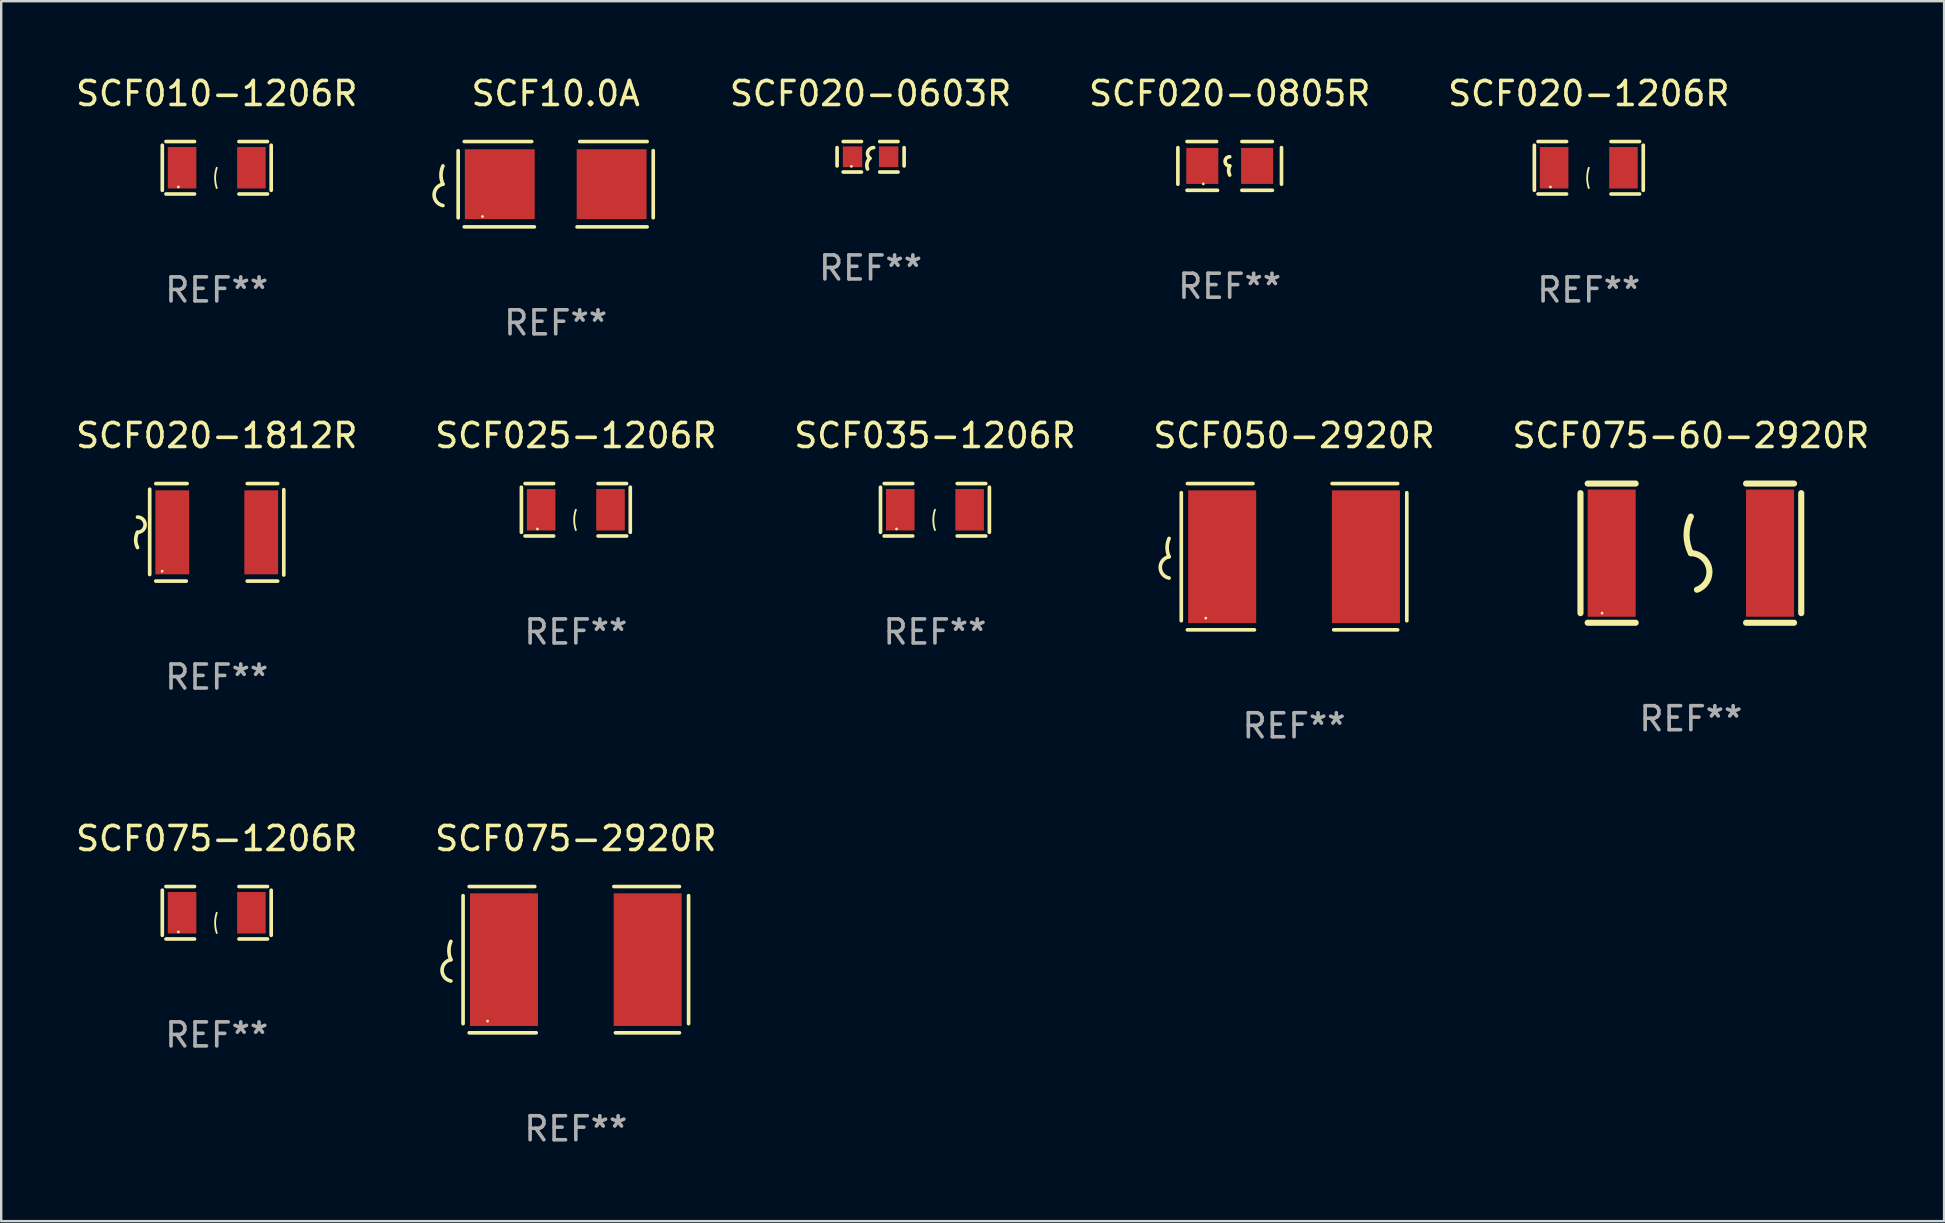
<source format=kicad_pcb>
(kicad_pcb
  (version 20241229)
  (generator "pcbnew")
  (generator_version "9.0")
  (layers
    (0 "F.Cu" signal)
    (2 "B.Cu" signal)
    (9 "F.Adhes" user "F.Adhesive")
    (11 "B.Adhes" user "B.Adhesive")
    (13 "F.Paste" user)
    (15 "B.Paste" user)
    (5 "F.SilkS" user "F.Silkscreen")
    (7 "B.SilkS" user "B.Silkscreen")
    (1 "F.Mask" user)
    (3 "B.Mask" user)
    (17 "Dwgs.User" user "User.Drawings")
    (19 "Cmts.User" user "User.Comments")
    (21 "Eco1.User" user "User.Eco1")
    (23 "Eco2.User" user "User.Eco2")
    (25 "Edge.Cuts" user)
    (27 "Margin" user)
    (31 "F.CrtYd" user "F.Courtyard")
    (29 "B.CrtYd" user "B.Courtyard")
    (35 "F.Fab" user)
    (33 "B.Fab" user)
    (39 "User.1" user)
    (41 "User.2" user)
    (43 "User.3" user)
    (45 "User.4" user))
  (footprint "SCF010-1206R"
    (layer "F.Cu")
    (at 5.982 3.941)
    (property "Reference" "SCF010-1206R" (at 0 -3.093 0) (layer "F.SilkS") (effects (font (size 1 1) (thickness 0.15))))
    (attr through_hole)
    (fp_line (start -2.269 -0.94) (end -2.269 0.94) (stroke (width 0.152) (type solid)) (layer "F.SilkS"))
    (fp_line (start -2.116 1.093) (end -0.926 1.093) (stroke (width 0.152) (type solid)) (layer "F.SilkS"))
    (fp_line (start -0.926 -1.093) (end -2.116 -1.093) (stroke (width 0.152) (type solid)) (layer "F.SilkS"))
    (fp_line (start 0.926 -1.093) (end 2.116 -1.093) (stroke (width 0.152) (type solid)) (layer "F.SilkS"))
    (fp_line (start 2.116 1.093) (end 0.926 1.093) (stroke (width 0.152) (type solid)) (layer "F.SilkS"))
    (fp_line (start 2.269 -0.94) (end 2.269 0.94) (stroke (width 0.152) (type solid)) (layer "F.SilkS"))
    (fp_arc (start 0 0.844951) (mid -0.068559 0.422475) (end 0 0) (stroke (width 0.0762) (type solid)) (layer "F.SilkS"))
    (fp_circle (center -1.6 0.8) (end -1.57 0.8) (stroke (width 0.06) (type solid)) (fill no) (layer "F.SilkS"))
    (fp_text user "REF**" (at 0 5.093 0) (layer "F.Fab") (effects (font (size 1 1) (thickness 0.15))))
    (pad "1" smd rect (at -1.445 0) (size 1.19 1.728) (layers "F.Cu" "F.Mask" "F.Paste"))
    (pad "2" smd rect (at 1.445 0) (size 1.19 1.728) (layers "F.Cu" "F.Mask" "F.Paste")))
  (footprint "SCF10.0A"
    (layer "F.Cu")
    (at 20.107 4.626)
    (property "Reference" "SCF10.0A" (at 0 -3.778 0) (layer "F.SilkS") (effects (font (size 1 1) (thickness 0.15))))
    (attr through_hole)
    (fp_line (start -4.064 -1.393) (end -4.064 1.401) (stroke (width 0.152) (type solid)) (layer "F.SilkS"))
    (fp_line (start -3.81 -1.778) (end -1.002 -1.778) (stroke (width 0.152) (type solid)) (layer "F.SilkS"))
    (fp_line (start -0.889 1.778) (end -3.81 1.778) (stroke (width 0.152) (type solid)) (layer "F.SilkS"))
    (fp_line (start 0.889 1.778) (end 3.81 1.778) (stroke (width 0.152) (type solid)) (layer "F.SilkS"))
    (fp_line (start 3.81 -1.778) (end 1.002 -1.778) (stroke (width 0.152) (type solid)) (layer "F.SilkS"))
    (fp_line (start 4.064 -1.397) (end 4.064 1.397) (stroke (width 0.152) (type solid)) (layer "F.SilkS"))
    (fp_arc (start -4.699009 0) (mid -4.780645 -0.381001) (end -4.699009 -0.762002) (stroke (width 0.151994) (type solid)) (layer "F.SilkS"))
    (fp_arc (start -4.699009 0.889002) (mid -5.066697 0.444501) (end -4.699009 0) (stroke (width 0.151994) (type solid)) (layer "F.SilkS"))
    (fp_circle (center -3.05 1.347) (end -3.02 1.347) (stroke (width 0.06) (type solid)) (fill no) (layer "F.SilkS"))
    (fp_text user "REF**" (at 0 5.778 0) (layer "F.Fab") (effects (font (size 1 1) (thickness 0.15))))
    (pad "1" smd rect (at -2.33 0) (size 2.91 2.911) (layers "F.Cu" "F.Mask" "F.Paste"))
    (pad "2" smd rect (at 2.33 0) (size 2.91 2.911) (layers "F.Cu" "F.Mask" "F.Paste")))
  (footprint "SCF035-1206R"
    (layer "F.Cu")
    (at 35.911 18.193)
    (property "Reference" "SCF035-1206R" (at 0 -3.093 0) (layer "F.SilkS") (effects (font (size 1 1) (thickness 0.15))))
    (attr through_hole)
    (fp_line (start -2.269 -0.94) (end -2.269 0.94) (stroke (width 0.152) (type solid)) (layer "F.SilkS"))
    (fp_line (start -2.116 1.093) (end -0.926 1.093) (stroke (width 0.152) (type solid)) (layer "F.SilkS"))
    (fp_line (start -0.926 -1.093) (end -2.116 -1.093) (stroke (width 0.152) (type solid)) (layer "F.SilkS"))
    (fp_line (start 0.926 -1.093) (end 2.116 -1.093) (stroke (width 0.152) (type solid)) (layer "F.SilkS"))
    (fp_line (start 2.116 1.093) (end 0.926 1.093) (stroke (width 0.152) (type solid)) (layer "F.SilkS"))
    (fp_line (start 2.269 -0.94) (end 2.269 0.94) (stroke (width 0.152) (type solid)) (layer "F.SilkS"))
    (fp_arc (start 0 0.844951) (mid -0.068559 0.422475) (end 0 0) (stroke (width 0.0762) (type solid)) (layer "F.SilkS"))
    (fp_circle (center -1.6 0.8) (end -1.57 0.8) (stroke (width 0.06) (type solid)) (fill no) (layer "F.SilkS"))
    (fp_text user "REF**" (at 0 5.093 0) (layer "F.Fab") (effects (font (size 1 1) (thickness 0.15))))
    (pad "1" smd rect (at -1.445 0) (size 1.19 1.728) (layers "F.Cu" "F.Mask" "F.Paste"))
    (pad "2" smd rect (at 1.445 0) (size 1.19 1.728) (layers "F.Cu" "F.Mask" "F.Paste")))
  (footprint "SCF075-60-2920R"
    (layer "F.Cu")
    (at 67.411 20.001)
    (property "Reference" "SCF075-60-2920R" (at 0 -4.9 0) (layer "F.SilkS") (effects (font (size 1 1) (thickness 0.15))))
    (attr through_hole)
    (fp_line (start -4.6 -2.5) (end -4.6 2.5) (stroke (width 0.254) (type solid)) (layer "F.SilkS"))
    (fp_line (start -4.3 -2.9) (end -2.3 -2.9) (stroke (width 0.254) (type solid)) (layer "F.SilkS"))
    (fp_line (start -4.3 2.9) (end -2.3 2.9) (stroke (width 0.254) (type solid)) (layer "F.SilkS"))
    (fp_line (start 2.3 -2.9) (end 4.3 -2.9) (stroke (width 0.254) (type solid)) (layer "F.SilkS"))
    (fp_line (start 2.3 2.9) (end 4.3 2.9) (stroke (width 0.254) (type solid)) (layer "F.SilkS"))
    (fp_line (start 4.6 -2.5) (end 4.6 2.5) (stroke (width 0.254) (type solid)) (layer "F.SilkS"))
    (fp_arc (start 0 0) (mid -0.179884 -0.762002) (end 0 -1.524003) (stroke (width 0.254001) (type solid)) (layer "F.SilkS"))
    (fp_arc (start 0 0) (mid 0.763086 0.655987) (end 0.254001 1.524003) (stroke (width 0.254001) (type solid)) (layer "F.SilkS"))
    (fp_circle (center -3.7 2.5) (end -3.67 2.5) (stroke (width 0.06) (type solid)) (fill no) (layer "F.SilkS"))
    (fp_text user "REF**" (at 0 6.9 0) (layer "F.Fab") (effects (font (size 1 1) (thickness 0.15))))
    (pad "1" smd rect (at -3.3 0) (size 2 5.3) (layers "F.Cu" "F.Mask" "F.Paste"))
    (pad "2" smd rect (at 3.3 0) (size 2 5.3) (layers "F.Cu" "F.Mask" "F.Paste")))
  (footprint "SCF020-1812R"
    (layer "F.Cu")
    (at 5.982 19.133)
    (property "Reference" "SCF020-1812R" (at 0 -4.032 0) (layer "F.SilkS") (effects (font (size 1 1) (thickness 0.15))))
    (attr through_hole)
    (fp_line (start -2.794 -1.798) (end -2.794 1.758) (stroke (width 0.152) (type solid)) (layer "F.SilkS"))
    (fp_line (start -2.54 -2.032) (end -1.235 -2.032) (stroke (width 0.152) (type solid)) (layer "F.SilkS"))
    (fp_line (start -1.27 2.032) (end -2.54 2.032) (stroke (width 0.152) (type solid)) (layer "F.SilkS"))
    (fp_line (start 1.27 2.032) (end 2.54 2.032) (stroke (width 0.152) (type solid)) (layer "F.SilkS"))
    (fp_line (start 2.54 -2.032) (end 1.27 -2.032) (stroke (width 0.152) (type solid)) (layer "F.SilkS"))
    (fp_line (start 2.794 -1.778) (end 2.794 1.778) (stroke (width 0.152) (type solid)) (layer "F.SilkS"))
    (fp_arc (start -3.302007 -0.635002) (mid -2.984506 -0.317501) (end -3.302007 0) (stroke (width 0.151994) (type solid)) (layer "F.SilkS"))
    (fp_arc (start -3.302007 0.635002) (mid -3.376959 0.317501) (end -3.302007 0) (stroke (width 0.151994) (type solid)) (layer "F.SilkS"))
    (fp_circle (center -2.275 1.62) (end -2.245 1.62) (stroke (width 0.06) (type solid)) (fill no) (layer "F.SilkS"))
    (fp_text user "REF**" (at 0 6.032 0) (layer "F.Fab") (effects (font (size 1 1) (thickness 0.15))))
    (pad "1" smd rect (at -1.853 0) (size 1.407 3.499) (layers "F.Cu" "F.Mask" "F.Paste"))
    (pad "2" smd rect (at 1.853 0) (size 1.407 3.499) (layers "F.Cu" "F.Mask" "F.Paste")))
  (footprint "SCF020-1206R"
    (layer "F.Cu")
    (at 63.158 3.941)
    (property "Reference" "SCF020-1206R" (at 0 -3.093 0) (layer "F.SilkS") (effects (font (size 1 1) (thickness 0.15))))
    (attr through_hole)
    (fp_line (start -2.269 -0.94) (end -2.269 0.94) (stroke (width 0.152) (type solid)) (layer "F.SilkS"))
    (fp_line (start -2.116 1.093) (end -0.926 1.093) (stroke (width 0.152) (type solid)) (layer "F.SilkS"))
    (fp_line (start -0.926 -1.093) (end -2.116 -1.093) (stroke (width 0.152) (type solid)) (layer "F.SilkS"))
    (fp_line (start 0.926 -1.093) (end 2.116 -1.093) (stroke (width 0.152) (type solid)) (layer "F.SilkS"))
    (fp_line (start 2.116 1.093) (end 0.926 1.093) (stroke (width 0.152) (type solid)) (layer "F.SilkS"))
    (fp_line (start 2.269 -0.94) (end 2.269 0.94) (stroke (width 0.152) (type solid)) (layer "F.SilkS"))
    (fp_arc (start 0 0.844951) (mid -0.068559 0.422475) (end 0 0) (stroke (width 0.0762) (type solid)) (layer "F.SilkS"))
    (fp_circle (center -1.6 0.8) (end -1.57 0.8) (stroke (width 0.06) (type solid)) (fill no) (layer "F.SilkS"))
    (fp_text user "REF**" (at 0 5.093 0) (layer "F.Fab") (effects (font (size 1 1) (thickness 0.15))))
    (pad "1" smd rect (at -1.445 0) (size 1.19 1.728) (layers "F.Cu" "F.Mask" "F.Paste"))
    (pad "2" smd rect (at 1.445 0) (size 1.19 1.728) (layers "F.Cu" "F.Mask" "F.Paste")))
  (footprint "SCF025-1206R"
    (layer "F.Cu")
    (at 20.946 18.193)
    (property "Reference" "SCF025-1206R" (at 0 -3.093 0) (layer "F.SilkS") (effects (font (size 1 1) (thickness 0.15))))
    (attr through_hole)
    (fp_line (start -2.269 -0.94) (end -2.269 0.94) (stroke (width 0.152) (type solid)) (layer "F.SilkS"))
    (fp_line (start -2.116 1.093) (end -0.926 1.093) (stroke (width 0.152) (type solid)) (layer "F.SilkS"))
    (fp_line (start -0.926 -1.093) (end -2.116 -1.093) (stroke (width 0.152) (type solid)) (layer "F.SilkS"))
    (fp_line (start 0.926 -1.093) (end 2.116 -1.093) (stroke (width 0.152) (type solid)) (layer "F.SilkS"))
    (fp_line (start 2.116 1.093) (end 0.926 1.093) (stroke (width 0.152) (type solid)) (layer "F.SilkS"))
    (fp_line (start 2.269 -0.94) (end 2.269 0.94) (stroke (width 0.152) (type solid)) (layer "F.SilkS"))
    (fp_arc (start 0 0.844951) (mid -0.068559 0.422475) (end 0 0) (stroke (width 0.0762) (type solid)) (layer "F.SilkS"))
    (fp_circle (center -1.6 0.8) (end -1.57 0.8) (stroke (width 0.06) (type solid)) (fill no) (layer "F.SilkS"))
    (fp_text user "REF**" (at 0 5.093 0) (layer "F.Fab") (effects (font (size 1 1) (thickness 0.15))))
    (pad "1" smd rect (at -1.445 0) (size 1.19 1.728) (layers "F.Cu" "F.Mask" "F.Paste"))
    (pad "2" smd rect (at 1.445 0) (size 1.19 1.728) (layers "F.Cu" "F.Mask" "F.Paste")))
  (footprint "SCF020-0603R"
    (layer "F.Cu")
    (at 33.229 3.483)
    (property "Reference" "SCF020-0603R" (at 0 -2.635 0) (layer "F.SilkS") (effects (font (size 1 1) (thickness 0.15))))
    (attr through_hole)
    (fp_line (start -1.397 -0.381) (end -1.397 0.381) (stroke (width 0.152) (type solid)) (layer "F.SilkS"))
    (fp_line (start -0.381 -0.635) (end -1.143 -0.635) (stroke (width 0.152) (type solid)) (layer "F.SilkS"))
    (fp_line (start -0.381 0.635) (end -1.143 0.635) (stroke (width 0.152) (type solid)) (layer "F.SilkS"))
    (fp_line (start 0.381 -0.635) (end 1.143 -0.635) (stroke (width 0.152) (type solid)) (layer "F.SilkS"))
    (fp_line (start 0.381 0.635) (end 1.143 0.635) (stroke (width 0.152) (type solid)) (layer "F.SilkS"))
    (fp_line (start 1.397 -0.381) (end 1.397 0.381) (stroke (width 0.152) (type solid)) (layer "F.SilkS"))
    (fp_arc (start -0.127 0.508001) (mid -0.146523 0.271131) (end -0.030861 0.0635) (stroke (width 0.151994) (type solid)) (layer "F.SilkS"))
    (fp_arc (start -0.03175 0.0635) (mid -0.113571 -0.216321) (end 0.127001 -0.381002) (stroke (width 0.151994) (type solid)) (layer "F.SilkS"))
    (fp_circle (center -0.8 0.4) (end -0.77 0.4) (stroke (width 0.06) (type solid)) (fill no) (layer "F.SilkS"))
    (fp_text user "REF**" (at 0 4.635 0) (layer "F.Fab") (effects (font (size 1 1) (thickness 0.15))))
    (pad "1" smd rect (at -0.753 0) (size 0.806 0.864) (layers "F.Cu" "F.Mask" "F.Paste"))
    (pad "2" smd rect (at 0.753 0) (size 0.806 0.864) (layers "F.Cu" "F.Mask" "F.Paste")))
  (footprint "SCF075-2920R"
    (layer "F.Cu")
    (at 20.946 36.941)
    (property "Reference" "SCF075-2920R" (at 0 -5.048 0) (layer "F.SilkS") (effects (font (size 1 1) (thickness 0.15))))
    (attr through_hole)
    (fp_line (start -4.699 -2.667) (end -4.699 2.667) (stroke (width 0.152) (type solid)) (layer "F.SilkS"))
    (fp_line (start -4.445 -3.048) (end -1.712 -3.048) (stroke (width 0.152) (type solid)) (layer "F.SilkS"))
    (fp_line (start -1.651 3.048) (end -4.445 3.048) (stroke (width 0.152) (type solid)) (layer "F.SilkS"))
    (fp_line (start 1.651 3.048) (end 4.318 3.048) (stroke (width 0.152) (type solid)) (layer "F.SilkS"))
    (fp_line (start 4.318 -3.048) (end 1.585 -3.048) (stroke (width 0.152) (type solid)) (layer "F.SilkS"))
    (fp_line (start 4.699 -2.667) (end 4.699 2.667) (stroke (width 0.152) (type solid)) (layer "F.SilkS"))
    (fp_arc (start -5.20701 0) (mid -5.288646 -0.381001) (end -5.20701 -0.762002) (stroke (width 0.151994) (type solid)) (layer "F.SilkS"))
    (fp_arc (start -5.20701 0.889002) (mid -5.574698 0.444501) (end -5.20701 0) (stroke (width 0.151994) (type solid)) (layer "F.SilkS"))
    (fp_circle (center -3.677 2.56) (end -3.647 2.56) (stroke (width 0.06) (type solid)) (fill no) (layer "F.SilkS"))
    (fp_text user "REF**" (at 0 7.048 0) (layer "F.Fab") (effects (font (size 1 1) (thickness 0.15))))
    (pad "1" smd rect (at -2.995 0) (size 2.835 5.53) (layers "F.Cu" "F.Mask" "F.Paste"))
    (pad "2" smd rect (at 2.995 0) (size 2.835 5.53) (layers "F.Cu" "F.Mask" "F.Paste")))
  (footprint "SCF075-1206R"
    (layer "F.Cu")
    (at 5.982 34.986)
    (property "Reference" "SCF075-1206R" (at 0 -3.093 0) (layer "F.SilkS") (effects (font (size 1 1) (thickness 0.15))))
    (attr through_hole)
    (fp_line (start -2.269 -0.94) (end -2.269 0.94) (stroke (width 0.152) (type solid)) (layer "F.SilkS"))
    (fp_line (start -2.116 1.093) (end -0.926 1.093) (stroke (width 0.152) (type solid)) (layer "F.SilkS"))
    (fp_line (start -0.926 -1.093) (end -2.116 -1.093) (stroke (width 0.152) (type solid)) (layer "F.SilkS"))
    (fp_line (start 0.926 -1.093) (end 2.116 -1.093) (stroke (width 0.152) (type solid)) (layer "F.SilkS"))
    (fp_line (start 2.116 1.093) (end 0.926 1.093) (stroke (width 0.152) (type solid)) (layer "F.SilkS"))
    (fp_line (start 2.269 -0.94) (end 2.269 0.94) (stroke (width 0.152) (type solid)) (layer "F.SilkS"))
    (fp_arc (start 0 0.844951) (mid -0.068559 0.422475) (end 0 0) (stroke (width 0.0762) (type solid)) (layer "F.SilkS"))
    (fp_circle (center -1.6 0.8) (end -1.57 0.8) (stroke (width 0.06) (type solid)) (fill no) (layer "F.SilkS"))
    (fp_text user "REF**" (at 0 5.093 0) (layer "F.Fab") (effects (font (size 1 1) (thickness 0.15))))
    (pad "1" smd rect (at -1.445 0) (size 1.19 1.728) (layers "F.Cu" "F.Mask" "F.Paste"))
    (pad "2" smd rect (at 1.445 0) (size 1.19 1.728) (layers "F.Cu" "F.Mask" "F.Paste")))
  (footprint "SCF050-2920R"
    (layer "F.Cu")
    (at 50.875 20.149)
    (property "Reference" "SCF050-2920R" (at 0 -5.048 0) (layer "F.SilkS") (effects (font (size 1 1) (thickness 0.15))))
    (attr through_hole)
    (fp_line (start -4.699 -2.667) (end -4.699 2.667) (stroke (width 0.152) (type solid)) (layer "F.SilkS"))
    (fp_line (start -4.445 -3.048) (end -1.712 -3.048) (stroke (width 0.152) (type solid)) (layer "F.SilkS"))
    (fp_line (start -1.651 3.048) (end -4.445 3.048) (stroke (width 0.152) (type solid)) (layer "F.SilkS"))
    (fp_line (start 1.651 3.048) (end 4.318 3.048) (stroke (width 0.152) (type solid)) (layer "F.SilkS"))
    (fp_line (start 4.318 -3.048) (end 1.585 -3.048) (stroke (width 0.152) (type solid)) (layer "F.SilkS"))
    (fp_line (start 4.699 -2.667) (end 4.699 2.667) (stroke (width 0.152) (type solid)) (layer "F.SilkS"))
    (fp_arc (start -5.20701 0) (mid -5.288646 -0.381001) (end -5.20701 -0.762002) (stroke (width 0.151994) (type solid)) (layer "F.SilkS"))
    (fp_arc (start -5.20701 0.889002) (mid -5.574698 0.444501) (end -5.20701 0) (stroke (width 0.151994) (type solid)) (layer "F.SilkS"))
    (fp_circle (center -3.677 2.56) (end -3.647 2.56) (stroke (width 0.06) (type solid)) (fill no) (layer "F.SilkS"))
    (fp_text user "REF**" (at 0 7.048 0) (layer "F.Fab") (effects (font (size 1 1) (thickness 0.15))))
    (pad "1" smd rect (at -2.995 0) (size 2.835 5.53) (layers "F.Cu" "F.Mask" "F.Paste"))
    (pad "2" smd rect (at 2.995 0) (size 2.835 5.53) (layers "F.Cu" "F.Mask" "F.Paste")))
  (footprint "SCF020-0805R"
    (layer "F.Cu")
    (at 48.193 3.864)
    (property "Reference" "SCF020-0805R" (at 0 -3.016 0) (layer "F.SilkS") (effects (font (size 1 1) (thickness 0.15))))
    (attr through_hole)
    (fp_line (start -2.159 -0.762) (end -2.159 0.762) (stroke (width 0.152) (type solid)) (layer "F.SilkS"))
    (fp_line (start -1.778 -1.016) (end -0.545 -1.016) (stroke (width 0.152) (type solid)) (layer "F.SilkS"))
    (fp_line (start -0.508 1.016) (end -1.778 1.016) (stroke (width 0.152) (type solid)) (layer "F.SilkS"))
    (fp_line (start 0.508 1.016) (end 1.778 1.016) (stroke (width 0.152) (type solid)) (layer "F.SilkS"))
    (fp_line (start 1.778 -1.016) (end 0.508 -1.016) (stroke (width 0.152) (type solid)) (layer "F.SilkS"))
    (fp_line (start 2.159 -0.762) (end 2.159 0.762) (stroke (width 0.152) (type solid)) (layer "F.SilkS"))
    (fp_arc (start 0 0) (mid -0.1905 -0.1905) (end 0 -0.381) (stroke (width 0.151994) (type solid)) (layer "F.SilkS"))
    (fp_arc (start 0 0.381001) (mid -0.044971 0.1905) (end 0 0) (stroke (width 0.151994) (type solid)) (layer "F.SilkS"))
    (fp_circle (center -1.1 0.75) (end -1.07 0.75) (stroke (width 0.06) (type solid)) (fill no) (layer "F.SilkS"))
    (fp_text user "REF**" (at 0 5.016 0) (layer "F.Fab") (effects (font (size 1 1) (thickness 0.15))))
    (pad "1" smd rect (at -1.142 0) (size 1.335 1.5) (layers "F.Cu" "F.Mask" "F.Paste"))
    (pad "2" smd rect (at 1.142 0) (size 1.335 1.5) (layers "F.Cu" "F.Mask" "F.Paste")))
  (gr_rect
    (start -3 -3)
    (end 77.964 47.838)
    (stroke (width 0.1) (type default))
    (fill no)
    (layer "Edge.Cuts")))
</source>
